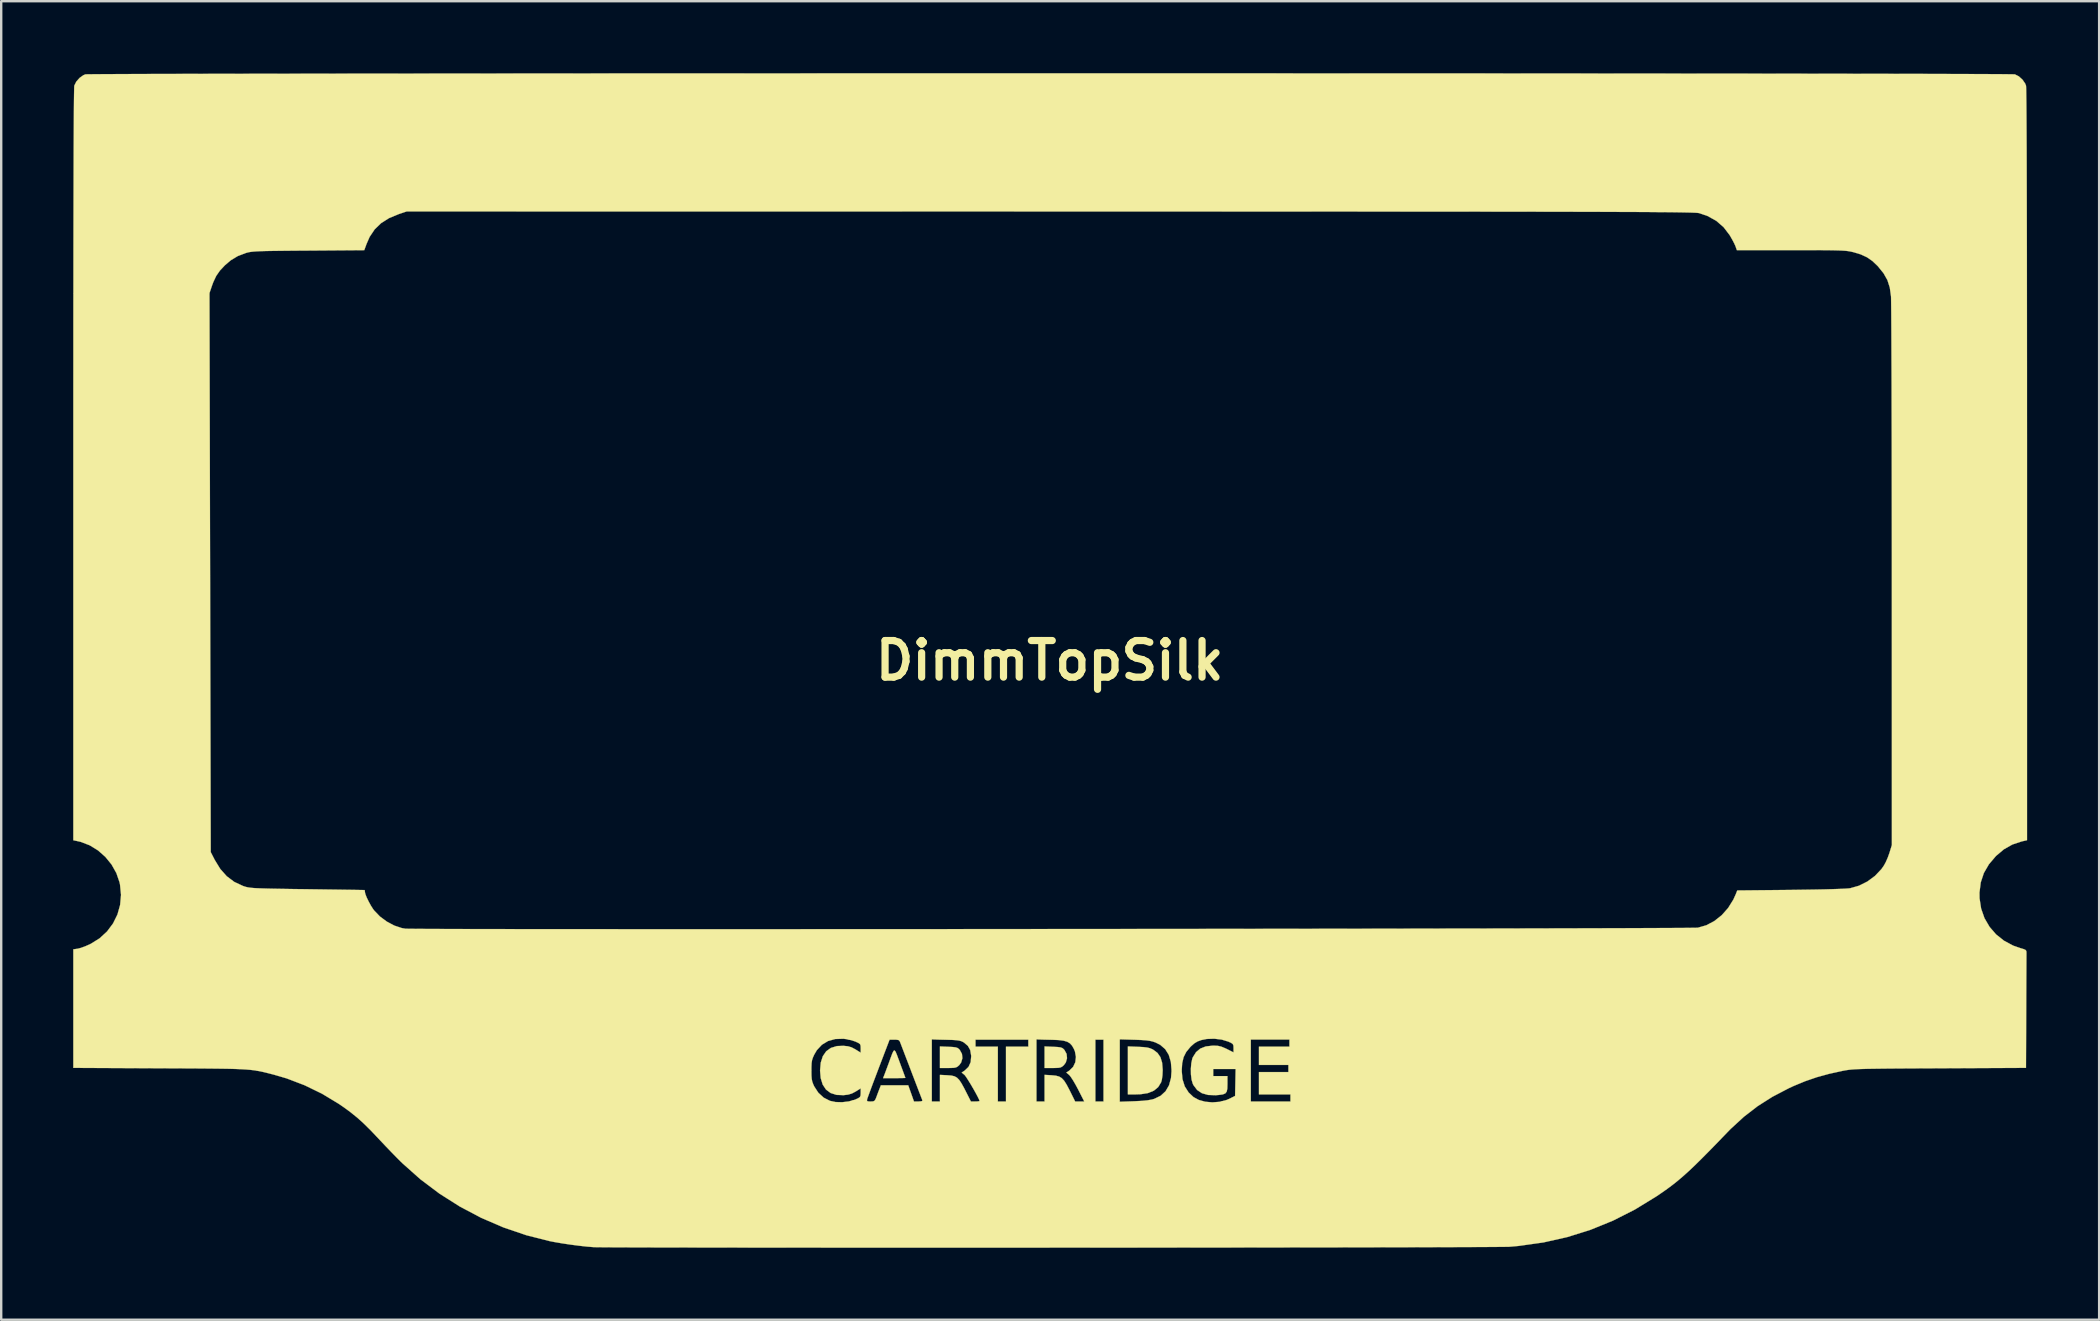
<source format=kicad_pcb>
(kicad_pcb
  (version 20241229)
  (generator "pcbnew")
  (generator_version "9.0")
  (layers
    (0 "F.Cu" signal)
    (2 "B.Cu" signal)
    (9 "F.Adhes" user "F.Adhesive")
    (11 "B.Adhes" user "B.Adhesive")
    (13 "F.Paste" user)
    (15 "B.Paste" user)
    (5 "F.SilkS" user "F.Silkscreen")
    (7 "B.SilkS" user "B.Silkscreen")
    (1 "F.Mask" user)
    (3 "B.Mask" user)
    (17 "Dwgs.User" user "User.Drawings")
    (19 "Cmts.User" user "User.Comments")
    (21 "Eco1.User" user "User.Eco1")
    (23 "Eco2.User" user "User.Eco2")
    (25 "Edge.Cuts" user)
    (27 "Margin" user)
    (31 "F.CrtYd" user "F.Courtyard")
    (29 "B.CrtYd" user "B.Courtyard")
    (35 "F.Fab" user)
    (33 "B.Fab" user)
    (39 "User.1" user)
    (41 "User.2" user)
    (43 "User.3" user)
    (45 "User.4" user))
  (footprint "DimmTopSilk"
    (layer "F.Cu")
    (at 40.687 24.475)
    (property "Reference" "DimmTopSilk" (at 0 0 0) (layer "F.SilkS") (effects (font (size 1.524 1.524) (thickness 0.3))))
    (attr through_hole)
    (fp_poly (pts (xy -4.209 16.093) (xy -4.029 16.102) (xy -3.912 16.117) (xy -3.836 16.143) (xy -3.779 16.187) (xy -3.743 16.227) (xy -3.654 16.389) (xy -3.636 16.57) (xy -3.687 16.745) (xy -3.764 16.852) (xy -3.832 16.914) (xy -3.899 16.951) (xy -3.988 16.969) (xy -4.124 16.975) (xy -4.23 16.976) (xy -4.572 16.976) (xy -4.572 16.078) (xy -4.209 16.093)) (stroke (width 0.01) (type solid)) (fill yes) (layer "F.SilkS"))
    (fp_poly (pts (xy 0.152 16.093) (xy 0.331 16.102) (xy 0.448 16.117) (xy 0.524 16.143) (xy 0.581 16.187) (xy 0.617 16.227) (xy 0.706 16.389) (xy 0.724 16.57) (xy 0.674 16.745) (xy 0.596 16.852) (xy 0.528 16.914) (xy 0.462 16.951) (xy 0.373 16.969) (xy 0.236 16.975) (xy 0.13 16.976) (xy -0.212 16.976) (xy -0.212 16.078) (xy 0.152 16.093)) (stroke (width 0.01) (type solid)) (fill yes) (layer "F.SilkS"))
    (fp_poly (pts (xy 3.694 16.094) (xy 3.908 16.105) (xy 4.062 16.123) (xy 4.178 16.152) (xy 4.282 16.196) (xy 4.316 16.215) (xy 4.494 16.349) (xy 4.616 16.526) (xy 4.686 16.756) (xy 4.71 17.05) (xy 4.71 17.073) (xy 4.7 17.286) (xy 4.675 17.466) (xy 4.646 17.57) (xy 4.523 17.771) (xy 4.343 17.92) (xy 4.103 18.019) (xy 3.798 18.069) (xy 3.591 18.076) (xy 3.26 18.076) (xy 3.26 16.077) (xy 3.694 16.094)) (stroke (width 0.01) (type solid)) (fill yes) (layer "F.SilkS"))
    (fp_poly (pts (xy -6.419 16.298) (xy -6.364 16.429) (xy -6.288 16.634) (xy -6.24 16.764) (xy -6.162 16.976) (xy -6.095 17.157) (xy -6.045 17.294) (xy -6.016 17.374) (xy -6.012 17.388) (xy -6.051 17.393) (xy -6.158 17.396) (xy -6.315 17.398) (xy -6.476 17.399) (xy -6.941 17.399) (xy -6.895 17.283) (xy -6.86 17.192) (xy -6.806 17.046) (xy -6.741 16.871) (xy -6.709 16.785) (xy -6.619 16.535) (xy -6.553 16.361) (xy -6.504 16.264) (xy -6.463 16.243) (xy -6.419 16.298)) (stroke (width 0.01) (type solid)) (fill yes) (layer "F.SilkS"))
    (fp_poly (pts (xy 2.269 -24.47) (xy 3.865 -24.469) (xy 5.455 -24.469) (xy 7.037 -24.469) (xy 8.61 -24.469) (xy 10.17 -24.468) (xy 11.716 -24.468) (xy 13.246 -24.467) (xy 14.756 -24.467) (xy 16.245 -24.466) (xy 17.711 -24.466) (xy 19.151 -24.465) (xy 20.563 -24.464) (xy 21.945 -24.463) (xy 23.294 -24.462) (xy 24.609 -24.461) (xy 25.887 -24.46) (xy 27.125 -24.459) (xy 28.322 -24.458) (xy 29.476 -24.457) (xy 30.583 -24.456) (xy 31.643 -24.454) (xy 32.652 -24.453) (xy 33.608 -24.451) (xy 34.509 -24.45) (xy 35.353 -24.448) (xy 36.137 -24.447) (xy 36.86 -24.445) (xy 37.519 -24.443) (xy 38.111 -24.441) (xy 38.635 -24.44) (xy 39.089 -24.438) (xy 39.469 -24.436) (xy 39.774 -24.434) (xy 40.002 -24.431) (xy 40.15 -24.429) (xy 40.215 -24.427) (xy 40.219 -24.427) (xy 40.381 -24.346) (xy 40.533 -24.21) (xy 40.647 -24.047) (xy 40.683 -23.958) (xy 40.687 -23.902) (xy 40.691 -23.761) (xy 40.694 -23.538) (xy 40.698 -23.231) (xy 40.701 -22.843) (xy 40.704 -22.374) (xy 40.707 -21.825) (xy 40.71 -21.196) (xy 40.712 -20.488) (xy 40.714 -19.702) (xy 40.716 -18.839) (xy 40.718 -17.898) (xy 40.72 -16.882) (xy 40.721 -15.791) (xy 40.722 -14.625) (xy 40.723 -13.385) (xy 40.724 -12.072) (xy 40.724 -10.686) (xy 40.725 -9.229) (xy 40.725 -8.164) (xy 40.725 7.485) (xy 40.502 7.536) (xy 40.115 7.664) (xy 39.764 7.862) (xy 39.436 8.138) (xy 39.429 8.145) (xy 39.138 8.487) (xy 38.927 8.851) (xy 38.797 9.243) (xy 38.744 9.665) (xy 38.747 9.906) (xy 38.813 10.335) (xy 38.953 10.734) (xy 39.164 11.095) (xy 39.437 11.411) (xy 39.768 11.674) (xy 40.15 11.878) (xy 40.45 11.982) (xy 40.588 12.023) (xy 40.664 12.058) (xy 40.696 12.104) (xy 40.702 12.179) (xy 40.701 12.207) (xy 40.701 12.278) (xy 40.7 12.425) (xy 40.699 12.64) (xy 40.698 12.915) (xy 40.696 13.24) (xy 40.695 13.609) (xy 40.693 14.012) (xy 40.692 14.441) (xy 40.691 14.666) (xy 40.682 16.971) (xy 37.095 16.988) (xy 36.458 16.991) (xy 35.9 16.993) (xy 35.414 16.996) (xy 34.996 16.999) (xy 34.637 17.003) (xy 34.334 17.007) (xy 34.079 17.011) (xy 33.867 17.017) (xy 33.691 17.023) (xy 33.547 17.03) (xy 33.426 17.039) (xy 33.325 17.049) (xy 33.236 17.061) (xy 33.153 17.074) (xy 33.072 17.09) (xy 33.062 17.091) (xy 32.487 17.217) (xy 31.969 17.359) (xy 31.483 17.526) (xy 31.002 17.725) (xy 30.797 17.82) (xy 30.119 18.174) (xy 29.502 18.565) (xy 28.929 19.007) (xy 28.379 19.512) (xy 28.215 19.68) (xy 27.814 20.097) (xy 27.461 20.458) (xy 27.151 20.77) (xy 26.876 21.041) (xy 26.627 21.276) (xy 26.397 21.483) (xy 26.179 21.669) (xy 25.965 21.84) (xy 25.747 22.003) (xy 25.518 22.165) (xy 25.273 22.331) (xy 24.386 22.874) (xy 23.475 23.336) (xy 22.537 23.718) (xy 21.571 24.021) (xy 20.574 24.245) (xy 19.546 24.39) (xy 19.156 24.425) (xy 19.083 24.427) (xy 18.928 24.429) (xy 18.696 24.431) (xy 18.388 24.433) (xy 18.01 24.436) (xy 17.563 24.437) (xy 17.052 24.439) (xy 16.479 24.441) (xy 15.848 24.443) (xy 15.163 24.445) (xy 14.426 24.446) (xy 13.641 24.448) (xy 12.811 24.449) (xy 11.94 24.451) (xy 11.03 24.452) (xy 10.086 24.453) (xy 9.111 24.455) (xy 8.107 24.456) (xy 7.079 24.457) (xy 6.029 24.458) (xy 4.961 24.459) (xy 3.878 24.459) (xy 2.784 24.46) (xy 1.682 24.461) (xy 0.574 24.461) (xy -0.534 24.462) (xy -1.641 24.462) (xy -2.743 24.462) (xy -3.837 24.462) (xy -4.918 24.462) (xy -5.985 24.462) (xy -7.033 24.462) (xy -8.059 24.462) (xy -9.06 24.462) (xy -10.033 24.461) (xy -10.973 24.461) (xy -11.879 24.46) (xy -12.747 24.459) (xy -13.572 24.458) (xy -14.353 24.457) (xy -15.085 24.456) (xy -15.766 24.455) (xy -16.391 24.454) (xy -16.958 24.452) (xy -17.463 24.451) (xy -17.904 24.449) (xy -18.276 24.448) (xy -18.576 24.446) (xy -18.802 24.444) (xy -18.949 24.442) (xy -19.008 24.44) (xy -19.28 24.418) (xy -19.608 24.382) (xy -19.962 24.336) (xy -20.317 24.283) (xy -20.642 24.227) (xy -20.833 24.19) (xy -21.809 23.943) (xy -22.763 23.618) (xy -23.689 23.219) (xy -24.579 22.748) (xy -25.427 22.21) (xy -26.225 21.609) (xy -26.968 20.947) (xy -27.031 20.886) (xy -27.211 20.706) (xy -27.426 20.486) (xy -27.655 20.248) (xy -27.876 20.014) (xy -27.983 19.9) (xy -28.299 19.567) (xy -28.584 19.286) (xy -28.855 19.042) (xy -29.131 18.819) (xy -29.429 18.601) (xy -29.633 18.462) (xy -30.317 18.049) (xy -31.043 17.696) (xy -31.792 17.41) (xy -32.322 17.255) (xy -32.489 17.212) (xy -32.638 17.174) (xy -32.775 17.141) (xy -32.907 17.113) (xy -33.039 17.089) (xy -33.088 17.081) (xy -9.927 17.081) (xy -9.925 17.287) (xy -9.914 17.434) (xy -9.89 17.55) (xy -9.848 17.662) (xy -9.808 17.747) (xy -9.638 18.008) (xy -9.415 18.212) (xy -9.154 18.345) (xy -8.92 18.395) (xy -8.647 18.402) (xy -8.483 18.383) (xy 2.921 18.383) (xy 3.524 18.362) (xy 3.838 18.346) (xy 4.08 18.323) (xy 4.266 18.289) (xy 4.36 18.262) (xy 4.626 18.133) (xy 4.83 17.945) (xy 4.974 17.698) (xy 5.057 17.392) (xy 5.08 17.087) (xy 5.503 17.087) (xy 5.503 17.088) (xy 5.534 17.441) (xy 5.629 17.742) (xy 5.79 17.995) (xy 5.994 18.188) (xy 6.214 18.308) (xy 6.482 18.382) (xy 6.778 18.408) (xy 7.078 18.386) (xy 7.36 18.314) (xy 7.484 18.261) (xy 7.726 18.14) (xy 7.738 17.579) (xy 7.749 17.018) (xy 6.816 17.018) (xy 6.816 17.314) (xy 7.408 17.314) (xy 7.408 17.652) (xy 7.403 17.834) (xy 7.379 17.957) (xy 7.321 18.034) (xy 7.216 18.077) (xy 7.048 18.1) (xy 6.917 18.11) (xy 6.604 18.1) (xy 6.347 18.028) (xy 6.144 17.892) (xy 5.993 17.692) (xy 5.964 17.634) (xy 5.914 17.464) (xy 5.887 17.243) (xy 5.884 17.003) (xy 5.903 16.773) (xy 5.944 16.583) (xy 5.965 16.531) (xy 6.099 16.317) (xy 6.276 16.168) (xy 6.505 16.078) (xy 6.793 16.045) (xy 6.838 16.044) (xy 7.008 16.053) (xy 7.156 16.087) (xy 7.321 16.156) (xy 7.382 16.185) (xy 7.662 16.326) (xy 7.662 16.148) (xy 7.658 16.045) (xy 7.633 15.982) (xy 7.568 15.933) (xy 7.445 15.876) (xy 7.443 15.876) (xy 7.17 15.793) (xy 7.145 15.79) (xy 8.382 15.79) (xy 8.382 18.373) (xy 10.033 18.373) (xy 10.033 18.076) (xy 8.721 18.076) (xy 8.721 17.145) (xy 9.948 17.145) (xy 9.948 16.849) (xy 8.721 16.849) (xy 8.721 16.087) (xy 9.991 16.087) (xy 9.991 15.79) (xy 8.382 15.79) (xy 7.145 15.79) (xy 6.861 15.756) (xy 6.551 15.766) (xy 6.327 15.81) (xy 6.165 15.868) (xy 6.031 15.948) (xy 5.891 16.071) (xy 5.855 16.108) (xy 5.69 16.309) (xy 5.581 16.526) (xy 5.522 16.778) (xy 5.503 17.087) (xy 5.08 17.087) (xy 5.08 17.081) (xy 5.051 16.725) (xy 4.963 16.429) (xy 4.815 16.191) (xy 4.607 16.011) (xy 4.41 15.912) (xy 4.295 15.873) (xy 4.171 15.844) (xy 4.021 15.824) (xy 3.824 15.81) (xy 3.563 15.8) (xy 3.545 15.8) (xy 2.921 15.781) (xy 2.921 18.383) (xy -8.483 18.383) (xy -8.371 18.37) (xy -8.256 18.338) (xy -7.613 18.338) (xy -7.58 18.366) (xy -7.486 18.373) (xy -7.459 18.373) (xy -7.356 18.368) (xy -7.295 18.339) (xy -7.251 18.267) (xy -7.214 18.172) (xy -7.158 18.02) (xy -7.103 17.877) (xy -7.086 17.833) (xy -7.032 17.695) (xy -5.894 17.695) (xy -5.773 18.034) (xy -5.653 18.373) (xy -5.468 18.373) (xy -4.911 18.373) (xy -4.572 18.373) (xy -4.572 17.263) (xy -4.257 17.279) (xy -4.094 17.292) (xy -3.966 17.322) (xy -3.862 17.379) (xy -3.768 17.474) (xy -3.671 17.62) (xy -3.558 17.826) (xy -3.502 17.936) (xy -3.281 18.372) (xy -3.101 18.372) (xy -2.991 18.368) (xy -2.927 18.357) (xy -2.921 18.351) (xy -2.942 18.289) (xy -2.999 18.172) (xy -3.081 18.018) (xy -3.179 17.843) (xy -3.283 17.665) (xy -3.384 17.501) (xy -3.47 17.367) (xy -3.533 17.28) (xy -3.551 17.262) (xy -3.666 17.167) (xy -3.537 17.081) (xy -3.38 16.93) (xy -3.291 16.731) (xy -3.269 16.482) (xy -3.271 16.457) (xy -3.31 16.23) (xy -3.404 16.058) (xy -3.563 15.921) (xy -3.603 15.896) (xy -3.676 15.861) (xy -3.764 15.835) (xy -3.885 15.818) (xy -4.055 15.806) (xy -4.29 15.798) (xy -4.329 15.797) (xy -4.588 15.79) (xy -3.09 15.79) (xy -3.09 16.087) (xy -2.159 16.087) (xy -2.159 18.373) (xy -1.82 18.373) (xy -0.55 18.373) (xy -0.212 18.373) (xy -0.212 17.262) (xy 0.083 17.279) (xy 0.257 17.296) (xy 0.393 17.332) (xy 0.504 17.398) (xy 0.605 17.507) (xy 0.708 17.67) (xy 0.828 17.899) (xy 0.839 17.921) (xy 1.063 18.373) (xy 1.443 18.373) (xy 1.184 17.865) (xy 1.078 17.668) (xy 0.975 17.491) (xy 0.884 17.352) (xy 0.817 17.269) (xy 0.81 17.263) (xy 0.695 17.167) (xy 0.824 17.081) (xy 0.977 16.931) (xy 1.069 16.737) (xy 1.095 16.516) (xy 1.053 16.284) (xy 1.005 16.171) (xy 0.931 16.043) (xy 0.845 15.949) (xy 0.734 15.883) (xy 0.585 15.839) (xy 0.383 15.813) (xy 0.114 15.799) (xy 0.032 15.797) (xy -0.228 15.79) (xy 1.905 15.79) (xy 1.905 18.373) (xy 2.244 18.373) (xy 2.244 15.79) (xy 1.905 15.79) (xy -0.228 15.79) (xy -0.55 15.782) (xy -0.55 18.373) (xy -1.82 18.373) (xy -1.82 16.087) (xy -0.889 16.087) (xy -0.889 15.79) (xy -3.09 15.79) (xy -4.588 15.79) (xy -4.911 15.782) (xy -4.911 18.373) (xy -5.468 18.373) (xy -5.354 18.368) (xy -5.307 18.349) (xy -5.309 18.306) (xy -5.312 18.299) (xy -5.335 18.241) (xy -5.383 18.115) (xy -5.454 17.932) (xy -5.542 17.701) (xy -5.644 17.435) (xy -5.756 17.142) (xy -5.779 17.081) (xy -5.892 16.785) (xy -5.997 16.513) (xy -6.088 16.274) (xy -6.162 16.08) (xy -6.215 15.942) (xy -6.243 15.87) (xy -6.245 15.864) (xy -6.289 15.815) (xy -6.384 15.793) (xy -6.471 15.79) (xy -6.668 15.79) (xy -7.125 16.986) (xy -7.24 17.29) (xy -7.347 17.572) (xy -7.44 17.821) (xy -7.516 18.027) (xy -7.571 18.178) (xy -7.602 18.265) (xy -7.605 18.277) (xy -7.613 18.338) (xy -8.256 18.338) (xy -8.124 18.301) (xy -8.096 18.29) (xy -7.971 18.232) (xy -7.905 18.184) (xy -7.879 18.121) (xy -7.874 18.019) (xy -7.874 18.009) (xy -7.874 17.826) (xy -8.084 17.957) (xy -8.24 18.039) (xy -8.398 18.086) (xy -8.585 18.108) (xy -8.881 18.097) (xy -9.126 18.019) (xy -9.319 17.875) (xy -9.457 17.667) (xy -9.54 17.397) (xy -9.567 17.081) (xy -9.538 16.753) (xy -9.452 16.485) (xy -9.311 16.28) (xy -9.115 16.139) (xy -8.865 16.063) (xy -8.593 16.052) (xy -8.404 16.071) (xy -8.255 16.115) (xy -8.105 16.194) (xy -8.091 16.202) (xy -7.874 16.337) (xy -7.874 16.154) (xy -7.878 16.048) (xy -7.901 15.983) (xy -7.964 15.935) (xy -8.084 15.879) (xy -8.096 15.874) (xy -8.265 15.818) (xy -8.466 15.774) (xy -8.597 15.758) (xy -8.936 15.769) (xy -9.235 15.853) (xy -9.491 16.008) (xy -9.699 16.231) (xy -9.808 16.416) (xy -9.864 16.539) (xy -9.9 16.649) (xy -9.919 16.773) (xy -9.926 16.936) (xy -9.927 17.081) (xy -33.088 17.081) (xy -33.179 17.068) (xy -33.332 17.051) (xy -33.506 17.037) (xy -33.706 17.026) (xy -33.939 17.016) (xy -34.211 17.009) (xy -34.529 17.004) (xy -34.899 17) (xy -35.328 16.996) (xy -35.821 16.993) (xy -36.386 16.991) (xy -37.029 16.988) (xy -37.073 16.988) (xy -40.682 16.971) (xy -40.682 12.032) (xy -40.491 12.004) (xy -40.365 11.971) (xy -40.194 11.909) (xy -40.011 11.829) (xy -39.955 11.802) (xy -39.587 11.573) (xy -39.276 11.287) (xy -39.027 10.953) (xy -38.844 10.582) (xy -38.732 10.182) (xy -38.694 9.763) (xy -38.736 9.335) (xy -38.756 9.239) (xy -38.888 8.855) (xy -39.088 8.498) (xy -39.348 8.179) (xy -39.656 7.908) (xy -40 7.697) (xy -40.371 7.555) (xy -40.464 7.533) (xy -40.682 7.486) (xy -40.682 -8.164) (xy -40.682 -9.671) (xy -40.682 -11.106) (xy -40.681 -12.47) (xy -40.681 -13.762) (xy -40.68 -14.98) (xy -40.679 -15.312) (xy -35.009 -15.312) (xy -34.956 7.98) (xy -34.787 8.31) (xy -34.557 8.685) (xy -34.288 8.987) (xy -33.977 9.221) (xy -33.617 9.389) (xy -33.56 9.409) (xy -33.499 9.428) (xy -33.434 9.444) (xy -33.358 9.457) (xy -33.265 9.469) (xy -33.145 9.479) (xy -32.993 9.487) (xy -32.8 9.494) (xy -32.561 9.501) (xy -32.266 9.507) (xy -31.91 9.513) (xy -31.484 9.52) (xy -30.981 9.526) (xy -30.924 9.527) (xy -30.485 9.533) (xy -30.071 9.539) (xy -29.692 9.544) (xy -29.353 9.549) (xy -29.063 9.553) (xy -28.83 9.557) (xy -28.662 9.56) (xy -28.564 9.562) (xy -28.543 9.563) (xy -28.534 9.602) (xy -28.533 9.641) (xy -28.511 9.735) (xy -28.455 9.877) (xy -28.374 10.043) (xy -28.282 10.211) (xy -28.189 10.357) (xy -28.145 10.415) (xy -27.904 10.665) (xy -27.616 10.878) (xy -27.304 11.043) (xy -26.99 11.147) (xy -26.841 11.172) (xy -26.779 11.174) (xy -26.634 11.176) (xy -26.411 11.178) (xy -26.112 11.18) (xy -25.74 11.182) (xy -25.297 11.183) (xy -24.785 11.185) (xy -24.209 11.186) (xy -23.571 11.187) (xy -22.873 11.188) (xy -22.118 11.189) (xy -21.309 11.19) (xy -20.449 11.19) (xy -19.54 11.191) (xy -18.586 11.191) (xy -17.588 11.192) (xy -16.551 11.192) (xy -15.476 11.192) (xy -14.366 11.192) (xy -13.224 11.192) (xy -12.053 11.192) (xy -10.856 11.192) (xy -9.635 11.191) (xy -8.393 11.191) (xy -7.133 11.19) (xy -5.857 11.19) (xy -4.569 11.189) (xy -3.271 11.188) (xy -1.966 11.187) (xy -0.657 11.186) (xy 0.654 11.185) (xy 1.963 11.184) (xy 3.269 11.183) (xy 4.568 11.182) (xy 5.858 11.181) (xy 7.135 11.179) (xy 8.397 11.178) (xy 9.641 11.176) (xy 10.865 11.175) (xy 12.066 11.173) (xy 13.24 11.172) (xy 14.386 11.17) (xy 15.5 11.168) (xy 16.58 11.166) (xy 17.623 11.165) (xy 18.625 11.163) (xy 19.586 11.161) (xy 20.5 11.159) (xy 21.367 11.157) (xy 22.183 11.155) (xy 22.945 11.153) (xy 23.65 11.151) (xy 24.296 11.149) (xy 24.881 11.146) (xy 25.4 11.144) (xy 25.852 11.142) (xy 26.234 11.14) (xy 26.543 11.138) (xy 26.776 11.135) (xy 26.931 11.133) (xy 27.004 11.131) (xy 27.009 11.131) (xy 27.362 11.029) (xy 27.697 10.853) (xy 28.003 10.61) (xy 28.27 10.309) (xy 28.488 9.96) (xy 28.591 9.731) (xy 28.651 9.578) (xy 30.867 9.556) (xy 31.373 9.549) (xy 31.837 9.542) (xy 32.252 9.534) (xy 32.613 9.524) (xy 32.912 9.514) (xy 33.143 9.504) (xy 33.3 9.493) (xy 33.359 9.485) (xy 33.722 9.382) (xy 34.072 9.207) (xy 34.39 8.972) (xy 34.658 8.689) (xy 34.756 8.55) (xy 34.838 8.401) (xy 34.922 8.21) (xy 34.991 8.018) (xy 34.993 8.011) (xy 35.094 7.684) (xy 35.092 -3.535) (xy 35.092 -4.509) (xy 35.091 -5.464) (xy 35.09 -6.396) (xy 35.089 -7.301) (xy 35.088 -8.176) (xy 35.087 -9.017) (xy 35.085 -9.821) (xy 35.083 -10.583) (xy 35.082 -11.299) (xy 35.08 -11.968) (xy 35.077 -12.584) (xy 35.075 -13.144) (xy 35.073 -13.644) (xy 35.07 -14.081) (xy 35.068 -14.451) (xy 35.065 -14.75) (xy 35.062 -14.976) (xy 35.06 -15.123) (xy 35.057 -15.183) (xy 35.007 -15.542) (xy 34.908 -15.852) (xy 34.748 -16.137) (xy 34.519 -16.421) (xy 34.501 -16.441) (xy 34.281 -16.65) (xy 34.055 -16.806) (xy 33.797 -16.925) (xy 33.5 -17.015) (xy 33.42 -17.034) (xy 33.342 -17.05) (xy 33.256 -17.064) (xy 33.155 -17.075) (xy 33.031 -17.083) (xy 32.878 -17.09) (xy 32.685 -17.095) (xy 32.447 -17.099) (xy 32.156 -17.101) (xy 31.802 -17.102) (xy 31.379 -17.103) (xy 30.894 -17.103) (xy 28.634 -17.103) (xy 28.579 -17.261) (xy 28.53 -17.373) (xy 28.45 -17.527) (xy 28.355 -17.693) (xy 28.333 -17.73) (xy 28.083 -18.058) (xy 27.777 -18.323) (xy 27.416 -18.524) (xy 27.066 -18.644) (xy 27.043 -18.648) (xy 27.009 -18.653) (xy 26.96 -18.657) (xy 26.896 -18.661) (xy 26.814 -18.664) (xy 26.713 -18.668) (xy 26.59 -18.671) (xy 26.444 -18.674) (xy 26.272 -18.677) (xy 26.073 -18.68) (xy 25.845 -18.683) (xy 25.586 -18.685) (xy 25.295 -18.687) (xy 24.968 -18.69) (xy 24.604 -18.692) (xy 24.202 -18.694) (xy 23.758 -18.695) (xy 23.273 -18.697) (xy 22.743 -18.699) (xy 22.166 -18.7) (xy 21.541 -18.702) (xy 20.866 -18.703) (xy 20.138 -18.704) (xy 19.357 -18.705) (xy 18.519 -18.706) (xy 17.623 -18.707) (xy 16.668 -18.708) (xy 15.651 -18.708) (xy 14.57 -18.709) (xy 13.423 -18.709) (xy 12.209 -18.71) (xy 10.925 -18.71) (xy 9.57 -18.711) (xy 8.142 -18.711) (xy 6.638 -18.712) (xy 5.057 -18.712) (xy 3.397 -18.712) (xy 1.656 -18.712) (xy 0.01 -18.712) (xy -26.791 -18.715) (xy -27.122 -18.604) (xy -27.525 -18.437) (xy -27.857 -18.227) (xy -28.125 -17.968) (xy -28.335 -17.655) (xy -28.464 -17.361) (xy -28.559 -17.101) (xy -30.885 -17.084) (xy -31.391 -17.081) (xy -31.82 -17.077) (xy -32.179 -17.073) (xy -32.476 -17.069) (xy -32.717 -17.064) (xy -32.912 -17.058) (xy -33.066 -17.05) (xy -33.188 -17.041) (xy -33.284 -17.03) (xy -33.363 -17.017) (xy -33.431 -17.001) (xy -33.492 -16.984) (xy -33.828 -16.856) (xy -34.118 -16.682) (xy -34.362 -16.475) (xy -34.572 -16.252) (xy -34.728 -16.027) (xy -34.85 -15.768) (xy -34.903 -15.624) (xy -35.009 -15.312) (xy -40.679 -15.312) (xy -40.678 -16.124) (xy -40.677 -17.193) (xy -40.675 -18.186) (xy -40.673 -19.104) (xy -40.671 -19.944) (xy -40.669 -20.707) (xy -40.667 -21.392) (xy -40.664 -21.997) (xy -40.661 -22.522) (xy -40.658 -22.967) (xy -40.655 -23.331) (xy -40.651 -23.613) (xy -40.647 -23.812) (xy -40.644 -23.927) (xy -40.641 -23.958) (xy -40.558 -24.124) (xy -40.423 -24.278) (xy -40.263 -24.392) (xy -40.176 -24.427) (xy -40.126 -24.429) (xy -39.993 -24.431) (xy -39.781 -24.433) (xy -39.49 -24.435) (xy -39.124 -24.437) (xy -38.684 -24.439) (xy -38.173 -24.441) (xy -37.593 -24.443) (xy -36.947 -24.445) (xy -36.236 -24.446) (xy -35.463 -24.448) (xy -34.63 -24.45) (xy -33.739 -24.451) (xy -32.793 -24.453) (xy -31.794 -24.454) (xy -30.744 -24.455) (xy -29.646 -24.457) (xy -28.501 -24.458) (xy -27.312 -24.459) (xy -26.081 -24.46) (xy -24.81 -24.461) (xy -23.502 -24.462) (xy -22.159 -24.463) (xy -20.783 -24.464) (xy -19.376 -24.465) (xy -17.941 -24.466) (xy -16.48 -24.466) (xy -14.995 -24.467) (xy -13.489 -24.467) (xy -11.963 -24.468) (xy -10.42 -24.468) (xy -8.862 -24.469) (xy -7.292 -24.469) (xy -5.711 -24.469) (xy -4.122 -24.469) (xy -2.527 -24.47) (xy -0.929 -24.47) (xy 0.67 -24.47) (xy 2.269 -24.47)) (stroke (width 0.01) (type solid)) (fill yes) (layer "F.SilkS")))
  (gr_rect
    (start -3 -3)
    (end 84.417 51.942)
    (stroke (width 0.1) (type default))
    (fill no)
    (layer "Edge.Cuts")))
</source>
